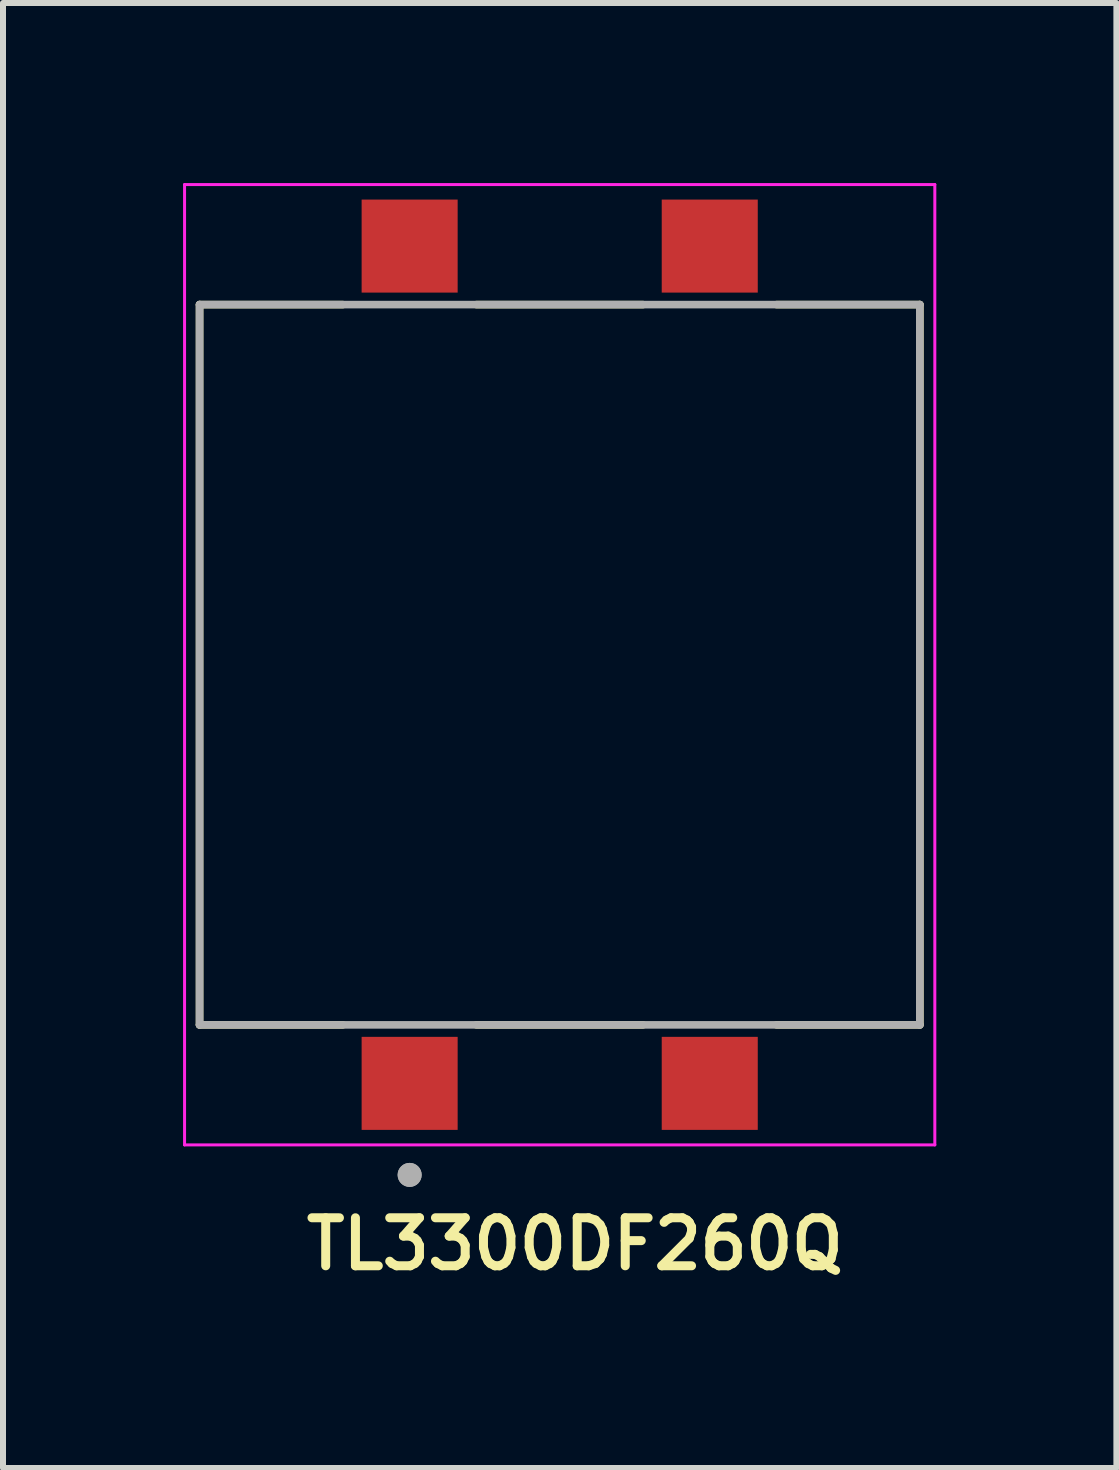
<source format=kicad_pcb>
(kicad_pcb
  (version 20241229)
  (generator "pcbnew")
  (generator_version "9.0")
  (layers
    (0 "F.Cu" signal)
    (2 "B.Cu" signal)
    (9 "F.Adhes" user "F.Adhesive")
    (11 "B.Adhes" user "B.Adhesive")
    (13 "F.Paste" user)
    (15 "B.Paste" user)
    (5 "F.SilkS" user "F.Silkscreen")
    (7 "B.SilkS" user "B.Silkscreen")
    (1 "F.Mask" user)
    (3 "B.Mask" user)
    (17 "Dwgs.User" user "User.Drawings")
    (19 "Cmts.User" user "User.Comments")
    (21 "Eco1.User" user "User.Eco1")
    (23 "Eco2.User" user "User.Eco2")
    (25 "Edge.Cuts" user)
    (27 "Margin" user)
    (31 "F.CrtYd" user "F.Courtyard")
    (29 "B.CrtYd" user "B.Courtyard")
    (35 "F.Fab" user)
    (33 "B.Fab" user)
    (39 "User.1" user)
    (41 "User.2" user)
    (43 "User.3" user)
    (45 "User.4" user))
  (footprint "TL3300DF260Q"
    (layer "F.Cu")
    (at 6.529 8.279)
    (property "Reference" "TL3300DF260Q" (at 0 9.398 0) (layer "F.SilkS") (effects (font (size 0.8 0.8) (thickness 0.15))))
    (attr smd)
    (fp_line (start -6.254 -6.254) (end -6.254 5.746) (stroke (width 0.127) (type solid)) (layer "F.SilkS"))
    (fp_line (start -6.254 -6.254) (end -3.868 -6.254) (stroke (width 0.127) (type solid)) (layer "F.SilkS"))
    (fp_line (start -6.254 5.746) (end -3.868 5.746) (stroke (width 0.127) (type solid)) (layer "F.SilkS"))
    (fp_line (start -1.641 -6.254) (end 1.133 -6.254) (stroke (width 0.127) (type solid)) (layer "F.SilkS"))
    (fp_line (start -1.641 5.746) (end 1.133 5.746) (stroke (width 0.127) (type solid)) (layer "F.SilkS"))
    (fp_line (start 5.746 -6.254) (end 3.36 -6.254) (stroke (width 0.127) (type solid)) (layer "F.SilkS"))
    (fp_line (start 5.746 5.746) (end 3.36 5.746) (stroke (width 0.127) (type solid)) (layer "F.SilkS"))
    (fp_line (start 5.746 5.746) (end 5.746 -6.254) (stroke (width 0.127) (type solid)) (layer "F.SilkS"))
    (fp_line (start -6.504 -8.254) (end 5.996 -8.254) (stroke (width 0.05) (type solid)) (layer "F.CrtYd"))
    (fp_line (start -6.504 7.746) (end -6.504 -8.254) (stroke (width 0.05) (type solid)) (layer "F.CrtYd"))
    (fp_line (start 5.996 -8.254) (end 5.996 7.746) (stroke (width 0.05) (type solid)) (layer "F.CrtYd"))
    (fp_line (start 5.996 7.746) (end -6.504 7.746) (stroke (width 0.05) (type solid)) (layer "F.CrtYd"))
    (fp_line (start -6.254 -6.254) (end 5.746 -6.254) (stroke (width 0.127) (type solid)) (layer "F.Fab"))
    (fp_line (start -6.254 5.746) (end -6.254 -6.254) (stroke (width 0.127) (type solid)) (layer "F.Fab"))
    (fp_line (start 5.746 -6.254) (end 5.746 5.746) (stroke (width 0.127) (type solid)) (layer "F.Fab"))
    (fp_line (start 5.746 5.746) (end -6.254 5.746) (stroke (width 0.127) (type solid)) (layer "F.Fab"))
    (fp_circle (center -2.754 8.246) (end -2.754 8.146) (stroke (width 0.2) (type solid)) (fill no) (layer "F.Fab"))
    (fp_circle (center -2.754 8.246) (end -2.654 8.246) (stroke (width 0.2) (type solid)) (fill no) (layer "F.Fab"))
    (pad "1" smd rect (at -2.754 6.721 270) (size 1.55 1.6) (layers "F.Cu" "F.Mask" "F.Paste"))
    (pad "2" smd rect (at -2.754 -7.229 270) (size 1.55 1.6) (layers "F.Cu" "F.Mask" "F.Paste"))
    (pad "3" smd rect (at 2.246 6.721 270) (size 1.55 1.6) (layers "F.Cu" "F.Mask" "F.Paste"))
    (pad "4" smd rect (at 2.246 -7.229 270) (size 1.55 1.6) (layers "F.Cu" "F.Mask" "F.Paste")))
  (gr_rect
    (start -3 -3)
    (end 15.55 21.408)
    (stroke (width 0.1) (type default))
    (fill no)
    (layer "Edge.Cuts")))
</source>
